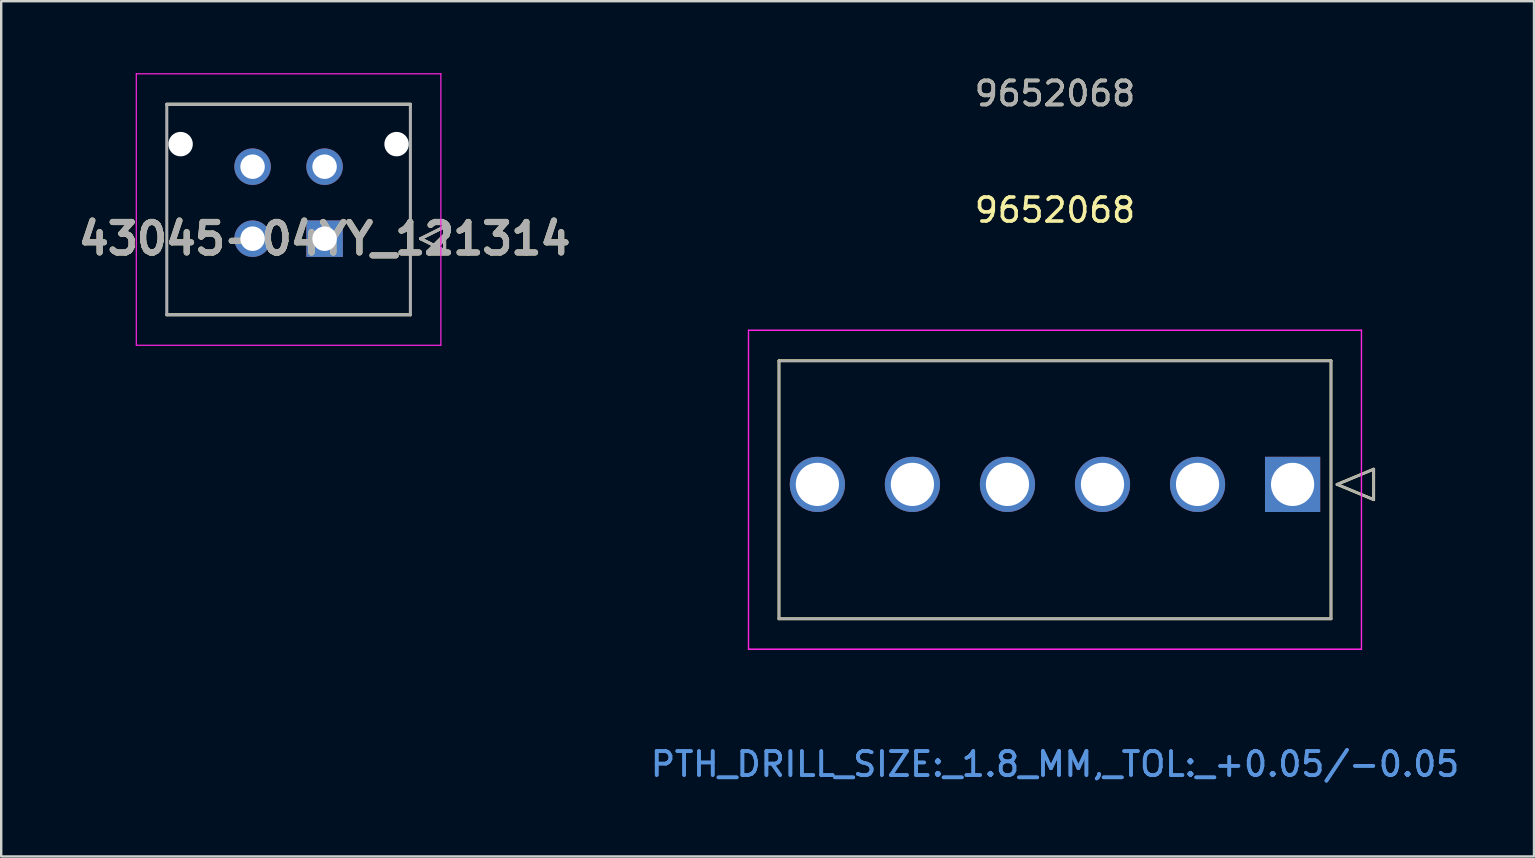
<source format=kicad_pcb>
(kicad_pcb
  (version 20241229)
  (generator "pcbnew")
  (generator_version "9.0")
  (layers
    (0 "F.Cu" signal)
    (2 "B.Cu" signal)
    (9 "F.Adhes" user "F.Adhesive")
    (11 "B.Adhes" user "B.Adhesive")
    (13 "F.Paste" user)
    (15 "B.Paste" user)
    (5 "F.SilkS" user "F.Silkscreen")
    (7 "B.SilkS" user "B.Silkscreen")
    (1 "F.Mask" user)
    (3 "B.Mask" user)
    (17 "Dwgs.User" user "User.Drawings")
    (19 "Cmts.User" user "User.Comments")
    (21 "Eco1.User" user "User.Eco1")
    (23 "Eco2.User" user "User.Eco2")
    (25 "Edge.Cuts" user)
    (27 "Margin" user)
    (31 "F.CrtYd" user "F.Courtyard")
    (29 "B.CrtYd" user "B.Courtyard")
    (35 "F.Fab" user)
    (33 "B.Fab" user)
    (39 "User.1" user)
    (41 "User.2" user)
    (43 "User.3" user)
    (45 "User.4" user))
  (footprint "43045-04YY_121314"
    (layer "F.Cu")
    (at 10.474 6.895)
    (property "Reference" "43045-04YY_121314" (at 0 0 0) (layer "F.SilkS") (effects (font (size 1.27 1.27) (thickness 0.254))))
    (attr through_hole)
    (fp_line (start -6.575 -5.6) (end 3.575 -5.6) (stroke (width 0.127) (type solid)) (layer "F.SilkS"))
    (fp_line (start 3.575 3.17) (end -6.575 3.17) (stroke (width 0.127) (type solid)) (layer "F.SilkS"))
    (fp_line (start 4 0) (end 5 -0.5) (stroke (width 0.127) (type solid)) (layer "F.SilkS"))
    (fp_line (start 5 -0.5) (end 5 0.5) (stroke (width 0.127) (type solid)) (layer "F.SilkS"))
    (fp_line (start 5 0.5) (end 4 0) (stroke (width 0.127) (type solid)) (layer "F.SilkS"))
    (fp_line (start -7.845 -6.87) (end 4.845 -6.87) (stroke (width 0.05) (type solid)) (layer "F.CrtYd"))
    (fp_line (start -7.845 4.44) (end -7.845 -6.87) (stroke (width 0.05) (type solid)) (layer "F.CrtYd"))
    (fp_line (start 4.845 -6.87) (end 4.845 4.44) (stroke (width 0.05) (type solid)) (layer "F.CrtYd"))
    (fp_line (start 4.845 4.44) (end -7.845 4.44) (stroke (width 0.05) (type solid)) (layer "F.CrtYd"))
    (fp_line (start -6.575 -5.6) (end 3.575 -5.6) (stroke (width 0.127) (type solid)) (layer "F.Fab"))
    (fp_line (start -6.575 3.17) (end -6.575 -5.6) (stroke (width 0.127) (type solid)) (layer "F.Fab"))
    (fp_line (start 3.575 -5.6) (end 3.575 3.17) (stroke (width 0.127) (type solid)) (layer "F.Fab"))
    (fp_line (start 3.575 3.17) (end -6.575 3.17) (stroke (width 0.127) (type solid)) (layer "F.Fab"))
    (fp_line (start 4 0) (end 5 -0.5) (stroke (width 0.127) (type solid)) (layer "F.Fab"))
    (fp_line (start 5 -0.5) (end 5 0.5) (stroke (width 0.127) (type solid)) (layer "F.Fab"))
    (fp_line (start 5 0.5) (end 4 0) (stroke (width 0.127) (type solid)) (layer "F.Fab"))
    (fp_text user "${REFERENCE}" (at 0 0 0) (layer "F.Fab") (effects (font (size 1.27 1.27) (thickness 0.254))))
    (pad "" np_thru_hole circle (at -6 -3.94) (size 1.02 1.02) (drill 1.02) (layers "*.Cu" "*.Mask"))
    (pad "" np_thru_hole circle (at 3 -3.94) (size 1.02 1.02) (drill 1.02) (layers "*.Cu" "*.Mask"))
    (pad "1" thru_hole rect (at 0 0) (size 1.52 1.52) (drill 1.02) (layers "*.Cu" "*.Mask"))
    (pad "2" thru_hole circle (at -3 0) (size 1.52 1.52) (drill 1.02) (layers "*.Cu" "*.Mask"))
    (pad "3" thru_hole circle (at 0 -3) (size 1.52 1.52) (drill 1.02) (layers "*.Cu" "*.Mask"))
    (pad "4" thru_hole circle (at -3 -3) (size 1.52 1.52) (drill 1.02) (layers "*.Cu" "*.Mask")))
  (footprint "9652068"
    (layer "F.Cu")
    (at 50.807 17.133)
    (property "Reference" "9652068" (at -9.9 -11.43 0) (layer "F.SilkS") (effects (font (size 1 1) (thickness 0.15))))
    (attr through_hole)
    (fp_line (start -21.4 -5.15) (end -21.4 5.6) (stroke (width 0.12) (type solid)) (layer "F.SilkS"))
    (fp_line (start -21.4 5.6) (end 1.6 5.6) (stroke (width 0.12) (type solid)) (layer "F.SilkS"))
    (fp_line (start 1.6 -5.15) (end -21.4 -5.15) (stroke (width 0.12) (type solid)) (layer "F.SilkS"))
    (fp_line (start 1.6 5.6) (end 1.6 -5.15) (stroke (width 0.12) (type solid)) (layer "F.SilkS"))
    (fp_line (start 1.854 0) (end 3.378 -0.635) (stroke (width 0.12) (type solid)) (layer "F.SilkS"))
    (fp_line (start 3.378 -0.635) (end 3.378 0.635) (stroke (width 0.12) (type solid)) (layer "F.SilkS"))
    (fp_line (start 3.378 0.635) (end 1.854 0) (stroke (width 0.12) (type solid)) (layer "F.SilkS"))
    (fp_line (start -22.67 -6.42) (end -22.67 6.87) (stroke (width 0.05) (type solid)) (layer "F.CrtYd"))
    (fp_line (start -22.67 -6.42) (end -22.67 6.87) (stroke (width 0.05) (type solid)) (layer "F.CrtYd"))
    (fp_line (start -22.67 6.87) (end 2.87 6.87) (stroke (width 0.05) (type solid)) (layer "F.CrtYd"))
    (fp_line (start -22.67 6.87) (end 2.87 6.87) (stroke (width 0.05) (type solid)) (layer "F.CrtYd"))
    (fp_line (start 2.87 -6.42) (end -22.67 -6.42) (stroke (width 0.05) (type solid)) (layer "F.CrtYd"))
    (fp_line (start 2.87 -6.42) (end -22.67 -6.42) (stroke (width 0.05) (type solid)) (layer "F.CrtYd"))
    (fp_line (start 2.87 6.87) (end 2.87 -6.42) (stroke (width 0.05) (type solid)) (layer "F.CrtYd"))
    (fp_line (start 2.87 6.87) (end 2.87 -6.42) (stroke (width 0.05) (type solid)) (layer "F.CrtYd"))
    (fp_line (start -21.4 -5.15) (end -21.4 5.6) (stroke (width 0.1) (type solid)) (layer "F.Fab"))
    (fp_line (start -21.4 5.6) (end 1.6 5.6) (stroke (width 0.1) (type solid)) (layer "F.Fab"))
    (fp_line (start 1.6 -5.15) (end -21.4 -5.15) (stroke (width 0.1) (type solid)) (layer "F.Fab"))
    (fp_line (start 1.6 5.6) (end 1.6 -5.15) (stroke (width 0.1) (type solid)) (layer "F.Fab"))
    (fp_line (start 1.854 0) (end 3.378 -0.635) (stroke (width 0.1) (type solid)) (layer "F.Fab"))
    (fp_line (start 3.378 -0.635) (end 3.378 0.635) (stroke (width 0.1) (type solid)) (layer "F.Fab"))
    (fp_line (start 3.378 0.635) (end 1.854 0) (stroke (width 0.1) (type solid)) (layer "F.Fab"))
    (fp_text user "9652068" (at -9.9 -16.285 0) (layer "F.SilkS") (effects (font (size 1 1) (thickness 0.15))))
    (fp_text user "*" (at 0 0 0) (layer "F.SilkS") (effects (font (size 1 1) (thickness 0.15))))
    (fp_text user "Copyright 2021 Accelerated Designs. All rights reserved." (at 0 0 0) (layer "Cmts.User") (effects (font (size 0.127 0.127) (thickness 0.002))))
    (fp_text user "PTH_DRILL_SIZE:_1.8_MM,_TOL:_+0.05/-0.05" (at -9.9 11.655 0) (layer "Cmts.User") (effects (font (size 1 1) (thickness 0.15))))
    (fp_text user "PTH_DRILL_SIZE:_1.8_MM,_TOL:_+0.05/-0.05" (at -9.9 11.655 0) (layer "Cmts.User") (effects (font (size 1 1) (thickness 0.15))))
    (fp_text user "*" (at 0 0 0) (layer "F.Fab") (effects (font (size 1 1) (thickness 0.15))))
    (fp_text user "9652068" (at -9.9 -16.285 0) (layer "F.Fab") (effects (font (size 1 1) (thickness 0.15))))
    (pad "1" thru_hole rect (at 0 0) (size 2.3 2.3) (drill 1.8) (layers "*.Cu" "*.Mask"))
    (pad "2" thru_hole circle (at -3.96 0) (size 2.3 2.3) (drill 1.8) (layers "*.Cu" "*.Mask"))
    (pad "3" thru_hole circle (at -7.92 0) (size 2.3 2.3) (drill 1.8) (layers "*.Cu" "*.Mask"))
    (pad "4" thru_hole circle (at -11.88 0) (size 2.3 2.3) (drill 1.8) (layers "*.Cu" "*.Mask"))
    (pad "5" thru_hole circle (at -15.84 0) (size 2.3 2.3) (drill 1.8) (layers "*.Cu" "*.Mask"))
    (pad "6" thru_hole circle (at -19.8 0) (size 2.3 2.3) (drill 1.8) (layers "*.Cu" "*.Mask")))
  (gr_rect
    (start -3 -3)
    (end 60.866 32.636)
    (stroke (width 0.1) (type default))
    (fill no)
    (layer "Edge.Cuts")))
</source>
